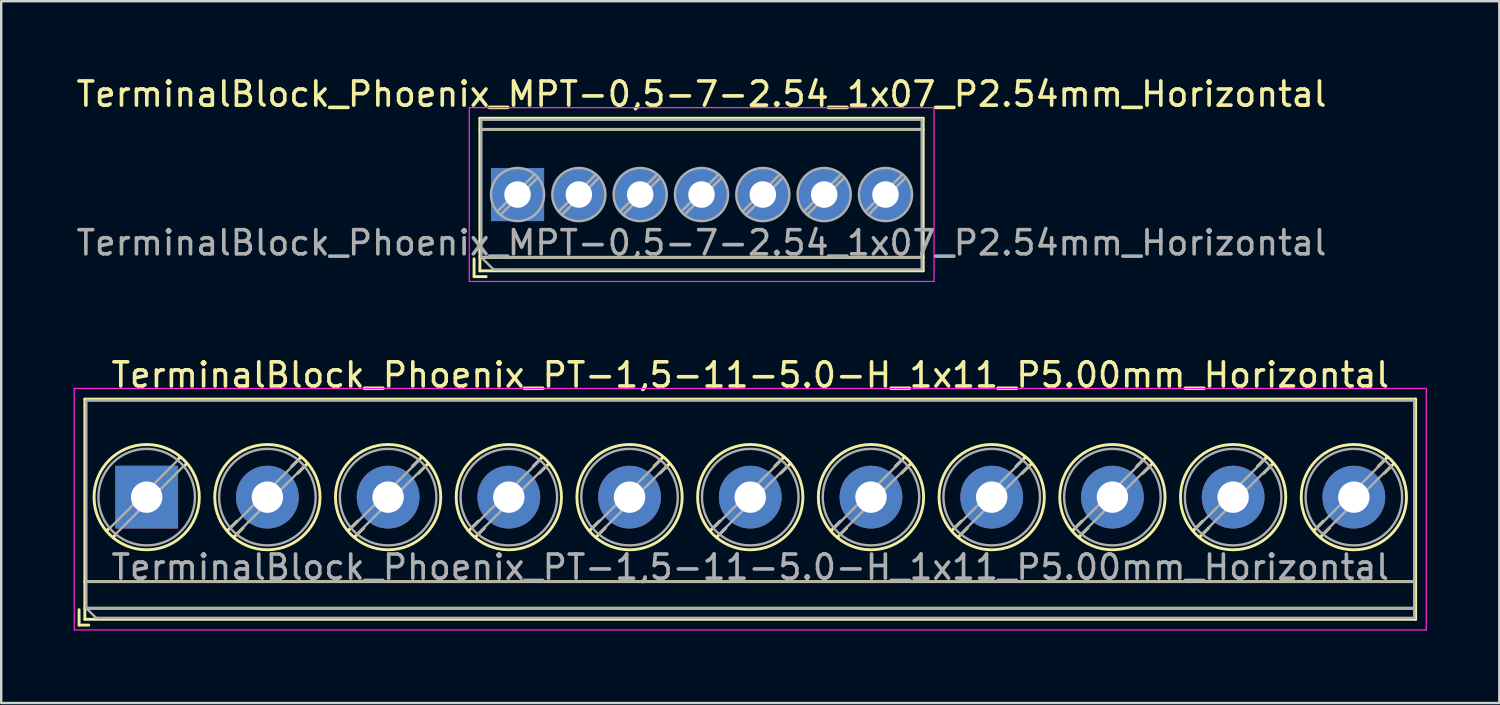
<source format=kicad_pcb>
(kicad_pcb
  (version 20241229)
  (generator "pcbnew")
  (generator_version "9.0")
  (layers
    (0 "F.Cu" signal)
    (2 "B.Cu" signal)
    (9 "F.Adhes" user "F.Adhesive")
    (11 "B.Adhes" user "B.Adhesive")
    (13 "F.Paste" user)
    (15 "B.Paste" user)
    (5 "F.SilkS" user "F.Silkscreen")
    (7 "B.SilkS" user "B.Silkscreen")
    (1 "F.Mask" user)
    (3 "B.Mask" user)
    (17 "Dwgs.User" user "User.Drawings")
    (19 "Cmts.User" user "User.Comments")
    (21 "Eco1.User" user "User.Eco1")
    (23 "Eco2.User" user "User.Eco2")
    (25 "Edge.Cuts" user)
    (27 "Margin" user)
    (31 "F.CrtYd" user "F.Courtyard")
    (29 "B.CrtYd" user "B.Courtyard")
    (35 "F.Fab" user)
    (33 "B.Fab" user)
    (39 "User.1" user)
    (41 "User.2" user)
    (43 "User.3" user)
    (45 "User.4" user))
  (footprint "TerminalBlock_Phoenix_MPT-0,5-7-2.54_1x07_P2.54mm_Horizontal"
    (layer "F.Cu")
    (at 18.386 5.008)
    (property "Reference" "TerminalBlock_Phoenix_MPT-0,5-7-2.54_1x07_P2.54mm_Horizontal" (at 7.62 -4.16 0) (layer "F.SilkS") (effects (font (size 1 1) (thickness 0.15))))
    (attr through_hole)
    (fp_line (start -1.8 2.66) (end -1.8 3.4) (stroke (width 0.12) (type solid)) (layer "F.SilkS"))
    (fp_line (start -1.8 3.4) (end -1.3 3.4) (stroke (width 0.12) (type solid)) (layer "F.SilkS"))
    (fp_line (start -1.56 -3.16) (end -1.56 3.16) (stroke (width 0.12) (type solid)) (layer "F.SilkS"))
    (fp_line (start -1.56 -3.16) (end 16.801 -3.16) (stroke (width 0.12) (type solid)) (layer "F.SilkS"))
    (fp_line (start -1.56 -2.7) (end 16.801 -2.7) (stroke (width 0.12) (type solid)) (layer "F.SilkS"))
    (fp_line (start -1.56 2.6) (end 16.801 2.6) (stroke (width 0.12) (type solid)) (layer "F.SilkS"))
    (fp_line (start -1.56 3.16) (end 16.801 3.16) (stroke (width 0.12) (type solid)) (layer "F.SilkS"))
    (fp_line (start 16.801 -3.16) (end 16.801 3.16) (stroke (width 0.12) (type solid)) (layer "F.SilkS"))
    (fp_line (start -2 -3.6) (end -2 3.6) (stroke (width 0.05) (type solid)) (layer "F.CrtYd"))
    (fp_line (start -2 3.6) (end 17.25 3.6) (stroke (width 0.05) (type solid)) (layer "F.CrtYd"))
    (fp_line (start 17.25 -3.6) (end -2 -3.6) (stroke (width 0.05) (type solid)) (layer "F.CrtYd"))
    (fp_line (start 17.25 3.6) (end 17.25 -3.6) (stroke (width 0.05) (type solid)) (layer "F.CrtYd"))
    (fp_line (start -1.5 -3.1) (end 16.74 -3.1) (stroke (width 0.1) (type solid)) (layer "F.Fab"))
    (fp_line (start -1.5 -2.7) (end 16.74 -2.7) (stroke (width 0.1) (type solid)) (layer "F.Fab"))
    (fp_line (start -1.5 2.6) (end -1.5 -3.1) (stroke (width 0.1) (type solid)) (layer "F.Fab"))
    (fp_line (start -1.5 2.6) (end 16.74 2.6) (stroke (width 0.1) (type solid)) (layer "F.Fab"))
    (fp_line (start -1 3.1) (end -1.5 2.6) (stroke (width 0.1) (type solid)) (layer "F.Fab"))
    (fp_line (start 0.701 -0.835) (end -0.835 0.7) (stroke (width 0.1) (type solid)) (layer "F.Fab"))
    (fp_line (start 0.835 -0.7) (end -0.701 0.835) (stroke (width 0.1) (type solid)) (layer "F.Fab"))
    (fp_line (start 3.241 -0.835) (end 1.706 0.7) (stroke (width 0.1) (type solid)) (layer "F.Fab"))
    (fp_line (start 3.375 -0.7) (end 1.84 0.835) (stroke (width 0.1) (type solid)) (layer "F.Fab"))
    (fp_line (start 5.781 -0.835) (end 4.246 0.7) (stroke (width 0.1) (type solid)) (layer "F.Fab"))
    (fp_line (start 5.915 -0.7) (end 4.38 0.835) (stroke (width 0.1) (type solid)) (layer "F.Fab"))
    (fp_line (start 8.321 -0.835) (end 6.786 0.7) (stroke (width 0.1) (type solid)) (layer "F.Fab"))
    (fp_line (start 8.455 -0.7) (end 6.92 0.835) (stroke (width 0.1) (type solid)) (layer "F.Fab"))
    (fp_line (start 10.861 -0.835) (end 9.326 0.7) (stroke (width 0.1) (type solid)) (layer "F.Fab"))
    (fp_line (start 10.995 -0.7) (end 9.46 0.835) (stroke (width 0.1) (type solid)) (layer "F.Fab"))
    (fp_line (start 13.401 -0.835) (end 11.866 0.7) (stroke (width 0.1) (type solid)) (layer "F.Fab"))
    (fp_line (start 13.535 -0.7) (end 12 0.835) (stroke (width 0.1) (type solid)) (layer "F.Fab"))
    (fp_line (start 15.941 -0.835) (end 14.406 0.7) (stroke (width 0.1) (type solid)) (layer "F.Fab"))
    (fp_line (start 16.075 -0.7) (end 14.54 0.835) (stroke (width 0.1) (type solid)) (layer "F.Fab"))
    (fp_line (start 16.74 -3.1) (end 16.74 3.1) (stroke (width 0.1) (type solid)) (layer "F.Fab"))
    (fp_line (start 16.74 3.1) (end -1 3.1) (stroke (width 0.1) (type solid)) (layer "F.Fab"))
    (fp_circle (center 0 0) (end 1.1 0) (stroke (width 0.1) (type solid)) (fill no) (layer "F.Fab"))
    (fp_circle (center 2.54 0) (end 3.64 0) (stroke (width 0.1) (type solid)) (fill no) (layer "F.Fab"))
    (fp_circle (center 5.08 0) (end 6.18 0) (stroke (width 0.1) (type solid)) (fill no) (layer "F.Fab"))
    (fp_circle (center 7.62 0) (end 8.72 0) (stroke (width 0.1) (type solid)) (fill no) (layer "F.Fab"))
    (fp_circle (center 10.16 0) (end 11.26 0) (stroke (width 0.1) (type solid)) (fill no) (layer "F.Fab"))
    (fp_circle (center 12.7 0) (end 13.8 0) (stroke (width 0.1) (type solid)) (fill no) (layer "F.Fab"))
    (fp_circle (center 15.24 0) (end 16.34 0) (stroke (width 0.1) (type solid)) (fill no) (layer "F.Fab"))
    (fp_text user "${REFERENCE}" (at 7.62 2 0) (layer "F.Fab") (effects (font (size 1 1) (thickness 0.15))))
    (pad "1" thru_hole rect (at 0 0) (size 2.2 2.2) (drill 1.1) (layers "*.Cu" "*.Mask"))
    (pad "2" thru_hole circle (at 2.54 0) (size 2.2 2.2) (drill 1.1) (layers "*.Cu" "*.Mask"))
    (pad "3" thru_hole circle (at 5.08 0) (size 2.2 2.2) (drill 1.1) (layers "*.Cu" "*.Mask"))
    (pad "4" thru_hole circle (at 7.62 0) (size 2.2 2.2) (drill 1.1) (layers "*.Cu" "*.Mask"))
    (pad "5" thru_hole circle (at 10.16 0) (size 2.2 2.2) (drill 1.1) (layers "*.Cu" "*.Mask"))
    (pad "6" thru_hole circle (at 12.7 0) (size 2.2 2.2) (drill 1.1) (layers "*.Cu" "*.Mask"))
    (pad "7" thru_hole circle (at 15.24 0) (size 2.2 2.2) (drill 1.1) (layers "*.Cu" "*.Mask")))
  (footprint "TerminalBlock_Phoenix_PT-1,5-11-5.0-H_1x11_P5.00mm_Horizontal"
    (layer "F.Cu")
    (at 3.025 17.541)
    (property "Reference" "TerminalBlock_Phoenix_PT-1,5-11-5.0-H_1x11_P5.00mm_Horizontal" (at 25 -5.06 0) (layer "F.SilkS") (effects (font (size 1 1) (thickness 0.15))))
    (attr through_hole)
    (fp_line (start -2.8 4.66) (end -2.8 5.3) (stroke (width 0.12) (type solid)) (layer "F.SilkS"))
    (fp_line (start -2.8 5.3) (end -2.4 5.3) (stroke (width 0.12) (type solid)) (layer "F.SilkS"))
    (fp_line (start -2.56 -4.06) (end -2.56 5.06) (stroke (width 0.12) (type solid)) (layer "F.SilkS"))
    (fp_line (start -2.56 -4.06) (end 52.56 -4.06) (stroke (width 0.12) (type solid)) (layer "F.SilkS"))
    (fp_line (start -2.56 3.5) (end 52.56 3.5) (stroke (width 0.12) (type solid)) (layer "F.SilkS"))
    (fp_line (start -2.56 4.6) (end 52.56 4.6) (stroke (width 0.12) (type solid)) (layer "F.SilkS"))
    (fp_line (start -2.56 5.06) (end 52.56 5.06) (stroke (width 0.12) (type solid)) (layer "F.SilkS"))
    (fp_line (start -1.548 1.281) (end -1.654 1.388) (stroke (width 0.12) (type solid)) (layer "F.SilkS"))
    (fp_line (start -1.282 1.547) (end -1.388 1.654) (stroke (width 0.12) (type solid)) (layer "F.SilkS"))
    (fp_line (start 1.388 -1.654) (end 1.281 -1.547) (stroke (width 0.12) (type solid)) (layer "F.SilkS"))
    (fp_line (start 1.654 -1.388) (end 1.547 -1.281) (stroke (width 0.12) (type solid)) (layer "F.SilkS"))
    (fp_line (start 3.742 0.992) (end 3.347 1.388) (stroke (width 0.12) (type solid)) (layer "F.SilkS"))
    (fp_line (start 3.993 1.274) (end 3.613 1.654) (stroke (width 0.12) (type solid)) (layer "F.SilkS"))
    (fp_line (start 6.388 -1.654) (end 6.008 -1.274) (stroke (width 0.12) (type solid)) (layer "F.SilkS"))
    (fp_line (start 6.654 -1.388) (end 6.259 -0.992) (stroke (width 0.12) (type solid)) (layer "F.SilkS"))
    (fp_line (start 8.742 0.992) (end 8.347 1.388) (stroke (width 0.12) (type solid)) (layer "F.SilkS"))
    (fp_line (start 8.993 1.274) (end 8.613 1.654) (stroke (width 0.12) (type solid)) (layer "F.SilkS"))
    (fp_line (start 11.388 -1.654) (end 11.008 -1.274) (stroke (width 0.12) (type solid)) (layer "F.SilkS"))
    (fp_line (start 11.654 -1.388) (end 11.259 -0.992) (stroke (width 0.12) (type solid)) (layer "F.SilkS"))
    (fp_line (start 13.742 0.992) (end 13.347 1.388) (stroke (width 0.12) (type solid)) (layer "F.SilkS"))
    (fp_line (start 13.993 1.274) (end 13.613 1.654) (stroke (width 0.12) (type solid)) (layer "F.SilkS"))
    (fp_line (start 16.388 -1.654) (end 16.008 -1.274) (stroke (width 0.12) (type solid)) (layer "F.SilkS"))
    (fp_line (start 16.654 -1.388) (end 16.259 -0.992) (stroke (width 0.12) (type solid)) (layer "F.SilkS"))
    (fp_line (start 18.742 0.992) (end 18.347 1.388) (stroke (width 0.12) (type solid)) (layer "F.SilkS"))
    (fp_line (start 18.993 1.274) (end 18.613 1.654) (stroke (width 0.12) (type solid)) (layer "F.SilkS"))
    (fp_line (start 21.388 -1.654) (end 21.008 -1.274) (stroke (width 0.12) (type solid)) (layer "F.SilkS"))
    (fp_line (start 21.654 -1.388) (end 21.259 -0.992) (stroke (width 0.12) (type solid)) (layer "F.SilkS"))
    (fp_line (start 23.742 0.992) (end 23.347 1.388) (stroke (width 0.12) (type solid)) (layer "F.SilkS"))
    (fp_line (start 23.993 1.274) (end 23.613 1.654) (stroke (width 0.12) (type solid)) (layer "F.SilkS"))
    (fp_line (start 26.388 -1.654) (end 26.008 -1.274) (stroke (width 0.12) (type solid)) (layer "F.SilkS"))
    (fp_line (start 26.654 -1.388) (end 26.259 -0.992) (stroke (width 0.12) (type solid)) (layer "F.SilkS"))
    (fp_line (start 28.742 0.992) (end 28.347 1.388) (stroke (width 0.12) (type solid)) (layer "F.SilkS"))
    (fp_line (start 28.993 1.274) (end 28.613 1.654) (stroke (width 0.12) (type solid)) (layer "F.SilkS"))
    (fp_line (start 31.388 -1.654) (end 31.008 -1.274) (stroke (width 0.12) (type solid)) (layer "F.SilkS"))
    (fp_line (start 31.654 -1.388) (end 31.259 -0.992) (stroke (width 0.12) (type solid)) (layer "F.SilkS"))
    (fp_line (start 33.742 0.992) (end 33.347 1.388) (stroke (width 0.12) (type solid)) (layer "F.SilkS"))
    (fp_line (start 33.993 1.274) (end 33.613 1.654) (stroke (width 0.12) (type solid)) (layer "F.SilkS"))
    (fp_line (start 36.388 -1.654) (end 36.008 -1.274) (stroke (width 0.12) (type solid)) (layer "F.SilkS"))
    (fp_line (start 36.654 -1.388) (end 36.259 -0.992) (stroke (width 0.12) (type solid)) (layer "F.SilkS"))
    (fp_line (start 38.742 0.992) (end 38.347 1.388) (stroke (width 0.12) (type solid)) (layer "F.SilkS"))
    (fp_line (start 38.993 1.274) (end 38.613 1.654) (stroke (width 0.12) (type solid)) (layer "F.SilkS"))
    (fp_line (start 41.388 -1.654) (end 41.008 -1.274) (stroke (width 0.12) (type solid)) (layer "F.SilkS"))
    (fp_line (start 41.654 -1.388) (end 41.259 -0.992) (stroke (width 0.12) (type solid)) (layer "F.SilkS"))
    (fp_line (start 43.742 0.992) (end 43.347 1.388) (stroke (width 0.12) (type solid)) (layer "F.SilkS"))
    (fp_line (start 43.993 1.274) (end 43.613 1.654) (stroke (width 0.12) (type solid)) (layer "F.SilkS"))
    (fp_line (start 46.388 -1.654) (end 46.008 -1.274) (stroke (width 0.12) (type solid)) (layer "F.SilkS"))
    (fp_line (start 46.654 -1.388) (end 46.259 -0.992) (stroke (width 0.12) (type solid)) (layer "F.SilkS"))
    (fp_line (start 48.742 0.992) (end 48.347 1.388) (stroke (width 0.12) (type solid)) (layer "F.SilkS"))
    (fp_line (start 48.993 1.274) (end 48.613 1.654) (stroke (width 0.12) (type solid)) (layer "F.SilkS"))
    (fp_line (start 51.388 -1.654) (end 51.008 -1.274) (stroke (width 0.12) (type solid)) (layer "F.SilkS"))
    (fp_line (start 51.654 -1.388) (end 51.259 -0.992) (stroke (width 0.12) (type solid)) (layer "F.SilkS"))
    (fp_line (start 52.56 -4.06) (end 52.56 5.06) (stroke (width 0.12) (type solid)) (layer "F.SilkS"))
    (fp_circle (center 0 0) (end 2.18 0) (stroke (width 0.12) (type solid)) (fill no) (layer "F.SilkS"))
    (fp_circle (center 5 0) (end 7.18 0) (stroke (width 0.12) (type solid)) (fill no) (layer "F.SilkS"))
    (fp_circle (center 10 0) (end 12.18 0) (stroke (width 0.12) (type solid)) (fill no) (layer "F.SilkS"))
    (fp_circle (center 15 0) (end 17.18 0) (stroke (width 0.12) (type solid)) (fill no) (layer "F.SilkS"))
    (fp_circle (center 20 0) (end 22.18 0) (stroke (width 0.12) (type solid)) (fill no) (layer "F.SilkS"))
    (fp_circle (center 25 0) (end 27.18 0) (stroke (width 0.12) (type solid)) (fill no) (layer "F.SilkS"))
    (fp_circle (center 30 0) (end 32.18 0) (stroke (width 0.12) (type solid)) (fill no) (layer "F.SilkS"))
    (fp_circle (center 35 0) (end 37.18 0) (stroke (width 0.12) (type solid)) (fill no) (layer "F.SilkS"))
    (fp_circle (center 40 0) (end 42.18 0) (stroke (width 0.12) (type solid)) (fill no) (layer "F.SilkS"))
    (fp_circle (center 45 0) (end 47.18 0) (stroke (width 0.12) (type solid)) (fill no) (layer "F.SilkS"))
    (fp_circle (center 50 0) (end 52.18 0) (stroke (width 0.12) (type solid)) (fill no) (layer "F.SilkS"))
    (fp_line (start -3 -4.5) (end -3 5.5) (stroke (width 0.05) (type solid)) (layer "F.CrtYd"))
    (fp_line (start -3 5.5) (end 53 5.5) (stroke (width 0.05) (type solid)) (layer "F.CrtYd"))
    (fp_line (start 53 -4.5) (end -3 -4.5) (stroke (width 0.05) (type solid)) (layer "F.CrtYd"))
    (fp_line (start 53 5.5) (end 53 -4.5) (stroke (width 0.05) (type solid)) (layer "F.CrtYd"))
    (fp_line (start -2.5 -4) (end 52.5 -4) (stroke (width 0.1) (type solid)) (layer "F.Fab"))
    (fp_line (start -2.5 3.5) (end 52.5 3.5) (stroke (width 0.1) (type solid)) (layer "F.Fab"))
    (fp_line (start -2.5 4.6) (end -2.5 -4) (stroke (width 0.1) (type solid)) (layer "F.Fab"))
    (fp_line (start -2.5 4.6) (end 52.5 4.6) (stroke (width 0.1) (type solid)) (layer "F.Fab"))
    (fp_line (start -2.1 5) (end -2.5 4.6) (stroke (width 0.1) (type solid)) (layer "F.Fab"))
    (fp_line (start 1.273 -1.517) (end -1.517 1.273) (stroke (width 0.1) (type solid)) (layer "F.Fab"))
    (fp_line (start 1.517 -1.273) (end -1.273 1.517) (stroke (width 0.1) (type solid)) (layer "F.Fab"))
    (fp_line (start 6.273 -1.517) (end 3.484 1.273) (stroke (width 0.1) (type solid)) (layer "F.Fab"))
    (fp_line (start 6.517 -1.273) (end 3.728 1.517) (stroke (width 0.1) (type solid)) (layer "F.Fab"))
    (fp_line (start 11.273 -1.517) (end 8.484 1.273) (stroke (width 0.1) (type solid)) (layer "F.Fab"))
    (fp_line (start 11.517 -1.273) (end 8.728 1.517) (stroke (width 0.1) (type solid)) (layer "F.Fab"))
    (fp_line (start 16.273 -1.517) (end 13.484 1.273) (stroke (width 0.1) (type solid)) (layer "F.Fab"))
    (fp_line (start 16.517 -1.273) (end 13.728 1.517) (stroke (width 0.1) (type solid)) (layer "F.Fab"))
    (fp_line (start 21.273 -1.517) (end 18.484 1.273) (stroke (width 0.1) (type solid)) (layer "F.Fab"))
    (fp_line (start 21.517 -1.273) (end 18.728 1.517) (stroke (width 0.1) (type solid)) (layer "F.Fab"))
    (fp_line (start 26.273 -1.517) (end 23.484 1.273) (stroke (width 0.1) (type solid)) (layer "F.Fab"))
    (fp_line (start 26.517 -1.273) (end 23.728 1.517) (stroke (width 0.1) (type solid)) (layer "F.Fab"))
    (fp_line (start 31.273 -1.517) (end 28.484 1.273) (stroke (width 0.1) (type solid)) (layer "F.Fab"))
    (fp_line (start 31.517 -1.273) (end 28.728 1.517) (stroke (width 0.1) (type solid)) (layer "F.Fab"))
    (fp_line (start 36.273 -1.517) (end 33.484 1.273) (stroke (width 0.1) (type solid)) (layer "F.Fab"))
    (fp_line (start 36.517 -1.273) (end 33.728 1.517) (stroke (width 0.1) (type solid)) (layer "F.Fab"))
    (fp_line (start 41.273 -1.517) (end 38.484 1.273) (stroke (width 0.1) (type solid)) (layer "F.Fab"))
    (fp_line (start 41.517 -1.273) (end 38.728 1.517) (stroke (width 0.1) (type solid)) (layer "F.Fab"))
    (fp_line (start 46.273 -1.517) (end 43.484 1.273) (stroke (width 0.1) (type solid)) (layer "F.Fab"))
    (fp_line (start 46.517 -1.273) (end 43.728 1.517) (stroke (width 0.1) (type solid)) (layer "F.Fab"))
    (fp_line (start 51.273 -1.517) (end 48.484 1.273) (stroke (width 0.1) (type solid)) (layer "F.Fab"))
    (fp_line (start 51.517 -1.273) (end 48.728 1.517) (stroke (width 0.1) (type solid)) (layer "F.Fab"))
    (fp_line (start 52.5 -4) (end 52.5 5) (stroke (width 0.1) (type solid)) (layer "F.Fab"))
    (fp_line (start 52.5 5) (end -2.1 5) (stroke (width 0.1) (type solid)) (layer "F.Fab"))
    (fp_circle (center 0 0) (end 2 0) (stroke (width 0.1) (type solid)) (fill no) (layer "F.Fab"))
    (fp_circle (center 5 0) (end 7 0) (stroke (width 0.1) (type solid)) (fill no) (layer "F.Fab"))
    (fp_circle (center 10 0) (end 12 0) (stroke (width 0.1) (type solid)) (fill no) (layer "F.Fab"))
    (fp_circle (center 15 0) (end 17 0) (stroke (width 0.1) (type solid)) (fill no) (layer "F.Fab"))
    (fp_circle (center 20 0) (end 22 0) (stroke (width 0.1) (type solid)) (fill no) (layer "F.Fab"))
    (fp_circle (center 25 0) (end 27 0) (stroke (width 0.1) (type solid)) (fill no) (layer "F.Fab"))
    (fp_circle (center 30 0) (end 32 0) (stroke (width 0.1) (type solid)) (fill no) (layer "F.Fab"))
    (fp_circle (center 35 0) (end 37 0) (stroke (width 0.1) (type solid)) (fill no) (layer "F.Fab"))
    (fp_circle (center 40 0) (end 42 0) (stroke (width 0.1) (type solid)) (fill no) (layer "F.Fab"))
    (fp_circle (center 45 0) (end 47 0) (stroke (width 0.1) (type solid)) (fill no) (layer "F.Fab"))
    (fp_circle (center 50 0) (end 52 0) (stroke (width 0.1) (type solid)) (fill no) (layer "F.Fab"))
    (fp_text user "${REFERENCE}" (at 25 2.9 0) (layer "F.Fab") (effects (font (size 1 1) (thickness 0.15))))
    (pad "1" thru_hole rect (at 0 0) (size 2.6 2.6) (drill 1.3) (layers "*.Cu" "*.Mask"))
    (pad "2" thru_hole circle (at 5 0) (size 2.6 2.6) (drill 1.3) (layers "*.Cu" "*.Mask"))
    (pad "3" thru_hole circle (at 10 0) (size 2.6 2.6) (drill 1.3) (layers "*.Cu" "*.Mask"))
    (pad "4" thru_hole circle (at 15 0) (size 2.6 2.6) (drill 1.3) (layers "*.Cu" "*.Mask"))
    (pad "5" thru_hole circle (at 20 0) (size 2.6 2.6) (drill 1.3) (layers "*.Cu" "*.Mask"))
    (pad "6" thru_hole circle (at 25 0) (size 2.6 2.6) (drill 1.3) (layers "*.Cu" "*.Mask"))
    (pad "7" thru_hole circle (at 30 0) (size 2.6 2.6) (drill 1.3) (layers "*.Cu" "*.Mask"))
    (pad "8" thru_hole circle (at 35 0) (size 2.6 2.6) (drill 1.3) (layers "*.Cu" "*.Mask"))
    (pad "9" thru_hole circle (at 40 0) (size 2.6 2.6) (drill 1.3) (layers "*.Cu" "*.Mask"))
    (pad "10" thru_hole circle (at 45 0) (size 2.6 2.6) (drill 1.3) (layers "*.Cu" "*.Mask"))
    (pad "11" thru_hole circle (at 50 0) (size 2.6 2.6) (drill 1.3) (layers "*.Cu" "*.Mask")))
  (gr_rect
    (start -3 -3)
    (end 59.05 26.067)
    (stroke (width 0.1) (type default))
    (fill no)
    (layer "Edge.Cuts")))
</source>
